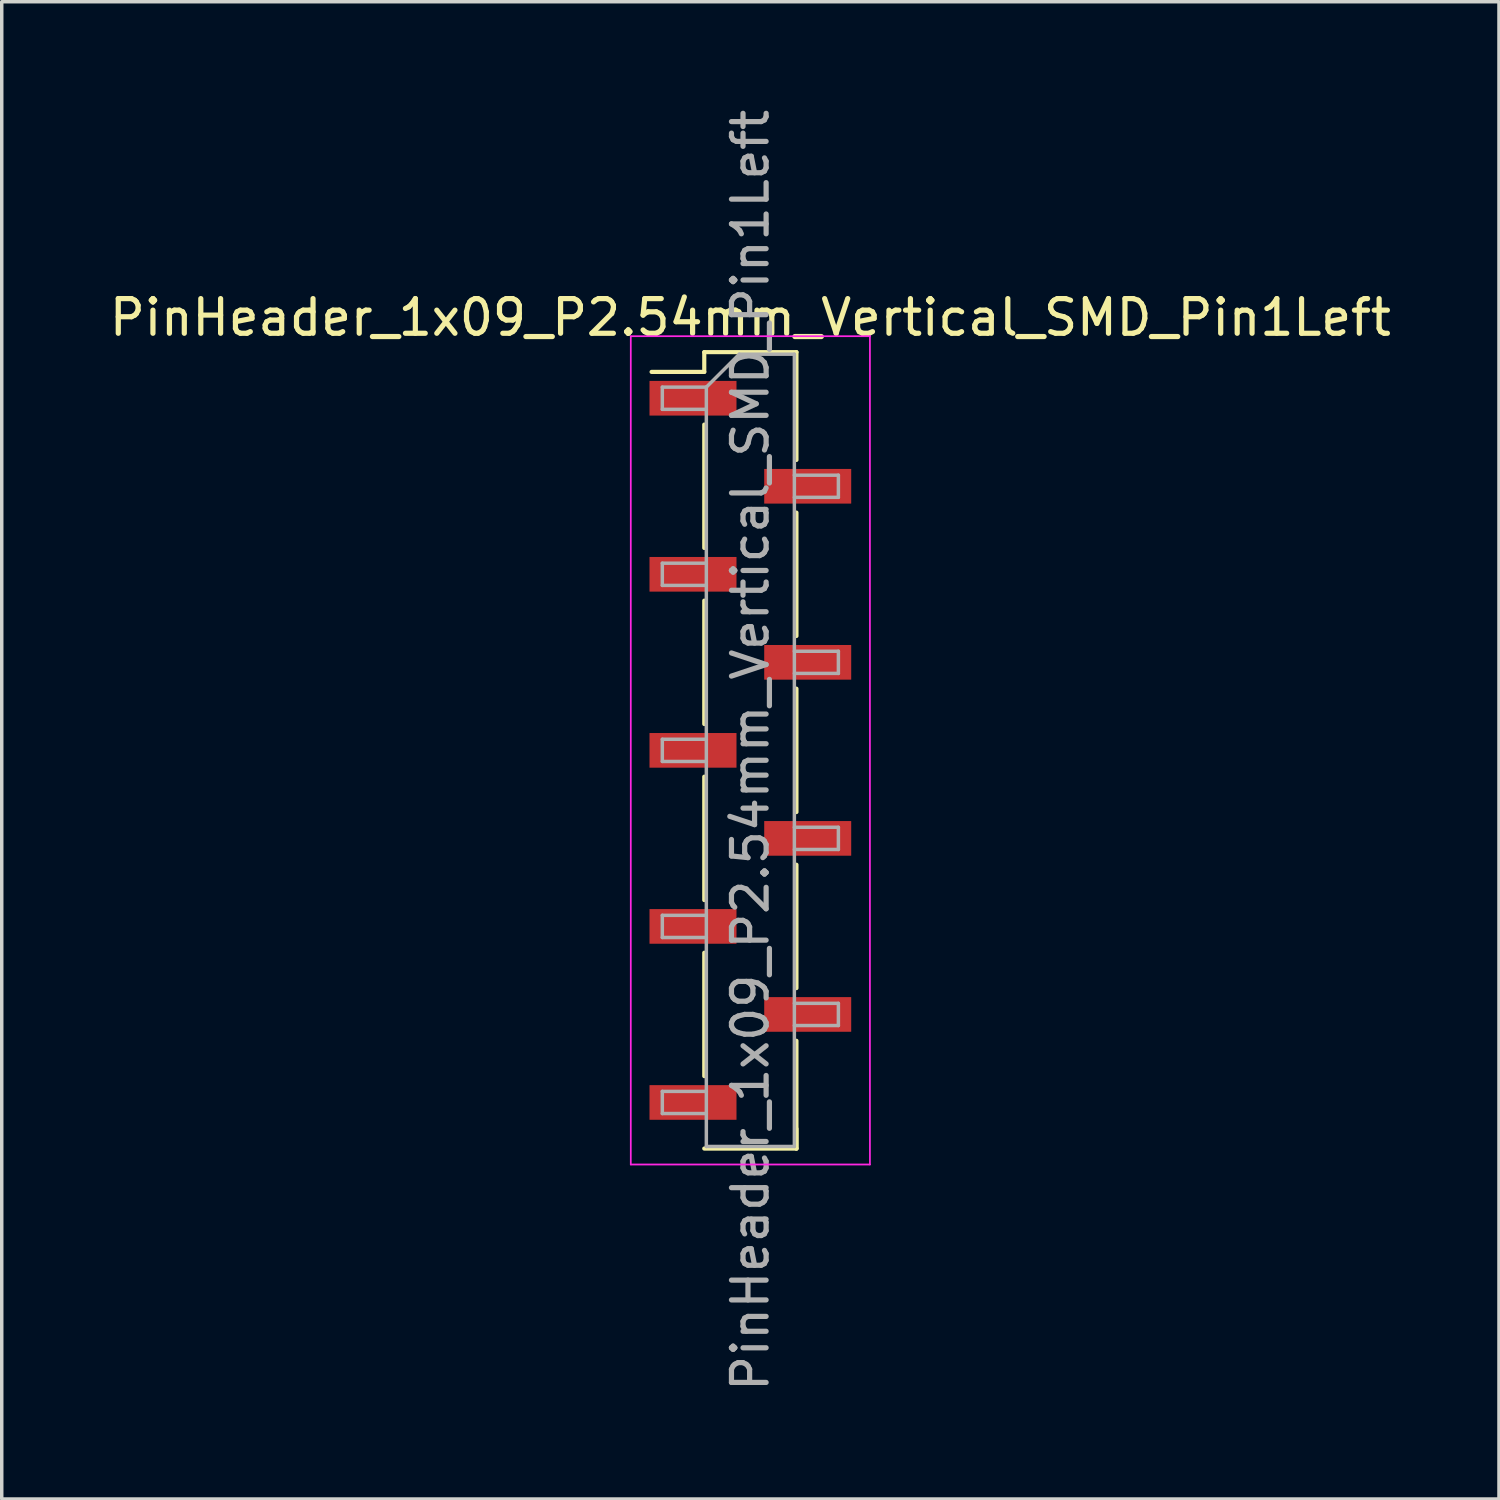
<source format=kicad_pcb>
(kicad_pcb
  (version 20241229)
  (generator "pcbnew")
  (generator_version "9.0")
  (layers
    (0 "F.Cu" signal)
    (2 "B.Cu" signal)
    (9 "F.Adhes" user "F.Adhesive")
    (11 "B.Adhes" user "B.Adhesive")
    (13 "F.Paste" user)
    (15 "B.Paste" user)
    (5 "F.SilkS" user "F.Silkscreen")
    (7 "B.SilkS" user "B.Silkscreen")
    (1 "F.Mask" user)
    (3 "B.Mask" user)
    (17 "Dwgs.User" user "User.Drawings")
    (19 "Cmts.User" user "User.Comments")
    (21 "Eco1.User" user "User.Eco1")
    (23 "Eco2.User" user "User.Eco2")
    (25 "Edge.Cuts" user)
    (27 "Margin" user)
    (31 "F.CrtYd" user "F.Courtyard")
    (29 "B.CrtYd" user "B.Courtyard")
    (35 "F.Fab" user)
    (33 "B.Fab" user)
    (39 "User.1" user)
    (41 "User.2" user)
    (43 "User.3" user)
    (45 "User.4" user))
  (footprint "PinHeader_1x09_P2.54mm_Vertical_SMD_Pin1Left"
    (layer "F.Cu")
    (at 18.601 18.601)
    (property "Reference" "PinHeader_1x09_P2.54mm_Vertical_SMD_Pin1Left" (at 0 -12.49 0) (layer "F.SilkS") (effects (font (size 1 1) (thickness 0.15))))
    (attr smd)
    (fp_line (start -1.33 -11.49) (end -1.33 -10.92) (stroke (width 0.12) (type solid)) (layer "F.SilkS"))
    (fp_line (start -1.33 -11.49) (end 1.33 -11.49) (stroke (width 0.12) (type solid)) (layer "F.SilkS"))
    (fp_line (start -1.33 -10.92) (end -2.85 -10.92) (stroke (width 0.12) (type solid)) (layer "F.SilkS"))
    (fp_line (start -1.33 -9.4) (end -1.33 -5.84) (stroke (width 0.12) (type solid)) (layer "F.SilkS"))
    (fp_line (start -1.33 -4.32) (end -1.33 -0.76) (stroke (width 0.12) (type solid)) (layer "F.SilkS"))
    (fp_line (start -1.33 0.76) (end -1.33 4.32) (stroke (width 0.12) (type solid)) (layer "F.SilkS"))
    (fp_line (start -1.33 5.84) (end -1.33 9.4) (stroke (width 0.12) (type solid)) (layer "F.SilkS"))
    (fp_line (start -1.33 11.49) (end 1.33 11.49) (stroke (width 0.12) (type solid)) (layer "F.SilkS"))
    (fp_line (start 1.33 -11.49) (end 1.33 -8.38) (stroke (width 0.12) (type solid)) (layer "F.SilkS"))
    (fp_line (start 1.33 -6.86) (end 1.33 -3.3) (stroke (width 0.12) (type solid)) (layer "F.SilkS"))
    (fp_line (start 1.33 -1.78) (end 1.33 1.78) (stroke (width 0.12) (type solid)) (layer "F.SilkS"))
    (fp_line (start 1.33 3.3) (end 1.33 6.86) (stroke (width 0.12) (type solid)) (layer "F.SilkS"))
    (fp_line (start 1.33 8.38) (end 1.33 11.49) (stroke (width 0.12) (type solid)) (layer "F.SilkS"))
    (fp_line (start 1.33 10.92) (end 1.33 11.49) (stroke (width 0.12) (type solid)) (layer "F.SilkS"))
    (fp_line (start -3.45 -11.95) (end -3.45 11.95) (stroke (width 0.05) (type solid)) (layer "F.CrtYd"))
    (fp_line (start -3.45 11.95) (end 3.45 11.95) (stroke (width 0.05) (type solid)) (layer "F.CrtYd"))
    (fp_line (start 3.45 -11.95) (end -3.45 -11.95) (stroke (width 0.05) (type solid)) (layer "F.CrtYd"))
    (fp_line (start 3.45 11.95) (end 3.45 -11.95) (stroke (width 0.05) (type solid)) (layer "F.CrtYd"))
    (fp_line (start -2.54 -10.48) (end -2.54 -9.84) (stroke (width 0.1) (type solid)) (layer "F.Fab"))
    (fp_line (start -2.54 -9.84) (end -1.27 -9.84) (stroke (width 0.1) (type solid)) (layer "F.Fab"))
    (fp_line (start -2.54 -5.4) (end -2.54 -4.76) (stroke (width 0.1) (type solid)) (layer "F.Fab"))
    (fp_line (start -2.54 -4.76) (end -1.27 -4.76) (stroke (width 0.1) (type solid)) (layer "F.Fab"))
    (fp_line (start -2.54 -0.32) (end -2.54 0.32) (stroke (width 0.1) (type solid)) (layer "F.Fab"))
    (fp_line (start -2.54 0.32) (end -1.27 0.32) (stroke (width 0.1) (type solid)) (layer "F.Fab"))
    (fp_line (start -2.54 4.76) (end -2.54 5.4) (stroke (width 0.1) (type solid)) (layer "F.Fab"))
    (fp_line (start -2.54 5.4) (end -1.27 5.4) (stroke (width 0.1) (type solid)) (layer "F.Fab"))
    (fp_line (start -2.54 9.84) (end -2.54 10.48) (stroke (width 0.1) (type solid)) (layer "F.Fab"))
    (fp_line (start -2.54 10.48) (end -1.27 10.48) (stroke (width 0.1) (type solid)) (layer "F.Fab"))
    (fp_line (start -1.27 -10.48) (end -2.54 -10.48) (stroke (width 0.1) (type solid)) (layer "F.Fab"))
    (fp_line (start -1.27 -10.48) (end -0.32 -11.43) (stroke (width 0.1) (type solid)) (layer "F.Fab"))
    (fp_line (start -1.27 -5.4) (end -2.54 -5.4) (stroke (width 0.1) (type solid)) (layer "F.Fab"))
    (fp_line (start -1.27 -0.32) (end -2.54 -0.32) (stroke (width 0.1) (type solid)) (layer "F.Fab"))
    (fp_line (start -1.27 4.76) (end -2.54 4.76) (stroke (width 0.1) (type solid)) (layer "F.Fab"))
    (fp_line (start -1.27 9.84) (end -2.54 9.84) (stroke (width 0.1) (type solid)) (layer "F.Fab"))
    (fp_line (start -1.27 11.43) (end -1.27 -10.48) (stroke (width 0.1) (type solid)) (layer "F.Fab"))
    (fp_line (start -0.32 -11.43) (end 1.27 -11.43) (stroke (width 0.1) (type solid)) (layer "F.Fab"))
    (fp_line (start 1.27 -11.43) (end 1.27 11.43) (stroke (width 0.1) (type solid)) (layer "F.Fab"))
    (fp_line (start 1.27 -7.94) (end 2.54 -7.94) (stroke (width 0.1) (type solid)) (layer "F.Fab"))
    (fp_line (start 1.27 -2.86) (end 2.54 -2.86) (stroke (width 0.1) (type solid)) (layer "F.Fab"))
    (fp_line (start 1.27 2.22) (end 2.54 2.22) (stroke (width 0.1) (type solid)) (layer "F.Fab"))
    (fp_line (start 1.27 7.3) (end 2.54 7.3) (stroke (width 0.1) (type solid)) (layer "F.Fab"))
    (fp_line (start 1.27 11.43) (end -1.27 11.43) (stroke (width 0.1) (type solid)) (layer "F.Fab"))
    (fp_line (start 2.54 -7.94) (end 2.54 -7.3) (stroke (width 0.1) (type solid)) (layer "F.Fab"))
    (fp_line (start 2.54 -7.3) (end 1.27 -7.3) (stroke (width 0.1) (type solid)) (layer "F.Fab"))
    (fp_line (start 2.54 -2.86) (end 2.54 -2.22) (stroke (width 0.1) (type solid)) (layer "F.Fab"))
    (fp_line (start 2.54 -2.22) (end 1.27 -2.22) (stroke (width 0.1) (type solid)) (layer "F.Fab"))
    (fp_line (start 2.54 2.22) (end 2.54 2.86) (stroke (width 0.1) (type solid)) (layer "F.Fab"))
    (fp_line (start 2.54 2.86) (end 1.27 2.86) (stroke (width 0.1) (type solid)) (layer "F.Fab"))
    (fp_line (start 2.54 7.3) (end 2.54 7.94) (stroke (width 0.1) (type solid)) (layer "F.Fab"))
    (fp_line (start 2.54 7.94) (end 1.27 7.94) (stroke (width 0.1) (type solid)) (layer "F.Fab"))
    (fp_text user "${REFERENCE}" (at 0 0 90) (layer "F.Fab") (effects (font (size 1 1) (thickness 0.15))))
    (pad "1" smd rect (at -1.655 -10.16) (size 2.51 1) (layers "F.Cu" "F.Mask" "F.Paste"))
    (pad "2" smd rect (at 1.655 -7.62) (size 2.51 1) (layers "F.Cu" "F.Mask" "F.Paste"))
    (pad "3" smd rect (at -1.655 -5.08) (size 2.51 1) (layers "F.Cu" "F.Mask" "F.Paste"))
    (pad "4" smd rect (at 1.655 -2.54) (size 2.51 1) (layers "F.Cu" "F.Mask" "F.Paste"))
    (pad "5" smd rect (at -1.655 0) (size 2.51 1) (layers "F.Cu" "F.Mask" "F.Paste"))
    (pad "6" smd rect (at 1.655 2.54) (size 2.51 1) (layers "F.Cu" "F.Mask" "F.Paste"))
    (pad "7" smd rect (at -1.655 5.08) (size 2.51 1) (layers "F.Cu" "F.Mask" "F.Paste"))
    (pad "8" smd rect (at 1.655 7.62) (size 2.51 1) (layers "F.Cu" "F.Mask" "F.Paste"))
    (pad "9" smd rect (at -1.655 10.16) (size 2.51 1) (layers "F.Cu" "F.Mask" "F.Paste")))
  (gr_rect
    (start -3 -3)
    (end 40.202 40.202)
    (stroke (width 0.1) (type default))
    (fill no)
    (layer "Edge.Cuts")))
</source>
